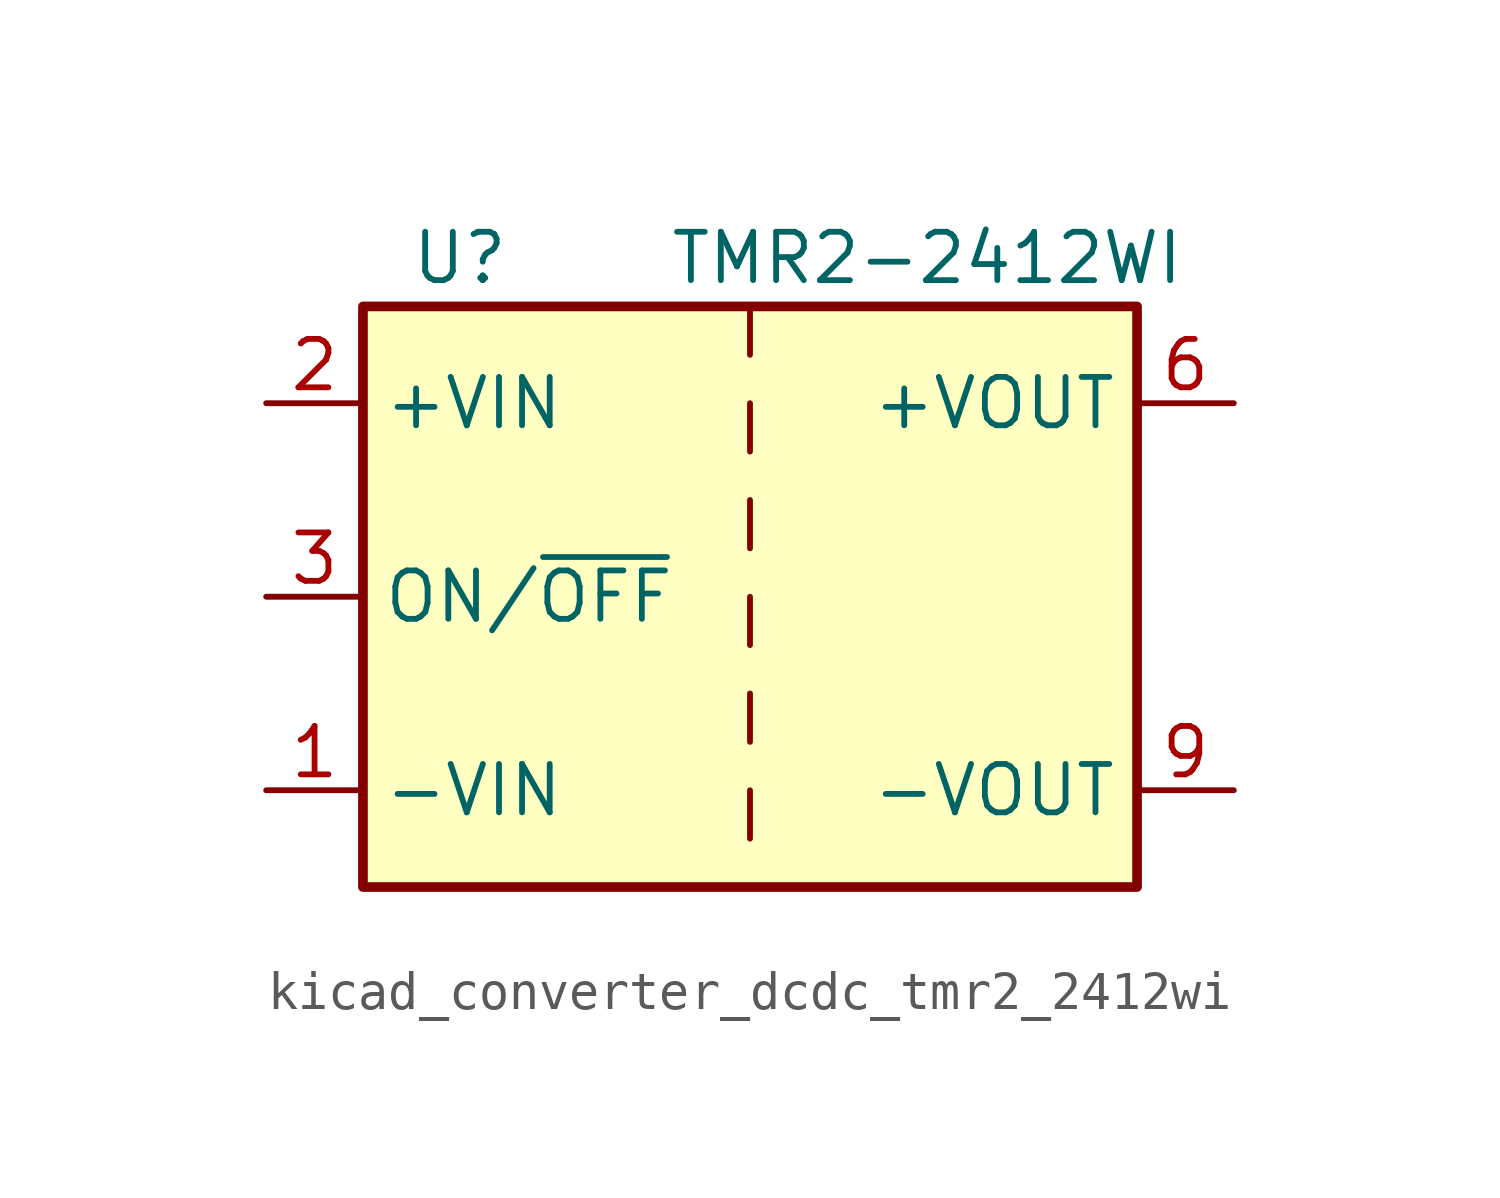
<source format=kicad_sym>
(kicad_symbol_lib
  (version 20220914)
  (generator kicad_symbol_editor)
  (symbol "kicad_converter_dcdc_tmr2_2412wi"
    (property "Reference" "U"
      (at -7.62 8.89 0)
      (effects (font (size 1.27 1.27))))
    (property "Value" "TMR2-2412WI"
      (at 11.43 8.89 0)
      (effects (font (size 1.27 1.27)) (justify right)))
    (symbol "kicad_converter_dcdc_tmr2_2412wi_0_1"
      (rectangle (start -10.16 7.62) (end 10.16 -7.62) (stroke (width 0.254) (type default)) (fill (type background)))
      (polyline (pts (xy 0 -5.08) (xy 0 -6.35)) (stroke (width 0) (type default)) (fill (type none)))
      (polyline (pts (xy 0 -2.54) (xy 0 -3.81)) (stroke (width 0) (type default)) (fill (type none)))
      (polyline (pts (xy 0 0) (xy 0 -1.27)) (stroke (width 0) (type default)) (fill (type none)))
      (polyline (pts (xy 0 2.54) (xy 0 1.27)) (stroke (width 0) (type default)) (fill (type none)))
      (polyline (pts (xy 0 5.08) (xy 0 3.81)) (stroke (width 0) (type default)) (fill (type none)))
      (polyline (pts (xy 0 7.62) (xy 0 6.35)) (stroke (width 0) (type default)) (fill (type none))))
    (symbol "kicad_converter_dcdc_tmr2_2412wi_1_1"
      (pin power_in line (at -12.7 -5.08 0) (length 2.54) (name "-VIN" (effects (font (size 1.27 1.27)))) (number "1" (effects (font (size 1.27 1.27)))))
      (pin power_in line (at -12.7 5.08 0) (length 2.54) (name "+VIN" (effects (font (size 1.27 1.27)))) (number "2" (effects (font (size 1.27 1.27)))))
      (pin input line (at -12.7 0 0) (length 2.54) (name "ON/~{OFF}" (effects (font (size 1.27 1.27)))) (number "3" (effects (font (size 1.27 1.27)))))
      (pin power_out line (at 12.7 5.08 180) (length 2.54) (name "+VOUT" (effects (font (size 1.27 1.27)))) (number "6" (effects (font (size 1.27 1.27)))))
      (pin no_connect line (at 10.16 2.54 180) (length 2.54) hide (name "NC" (effects (font (size 1.27 1.27)))) (number "7" (effects (font (size 1.27 1.27)))))
      (pin no_connect line (at 10.16 0 180) (length 2.54) hide (name "NC" (effects (font (size 1.27 1.27)))) (number "8" (effects (font (size 1.27 1.27)))))
      (pin power_out line (at 12.7 -5.08 180) (length 2.54) (name "-VOUT" (effects (font (size 1.27 1.27)))) (number "9" (effects (font (size 1.27 1.27))))))))
</source>
